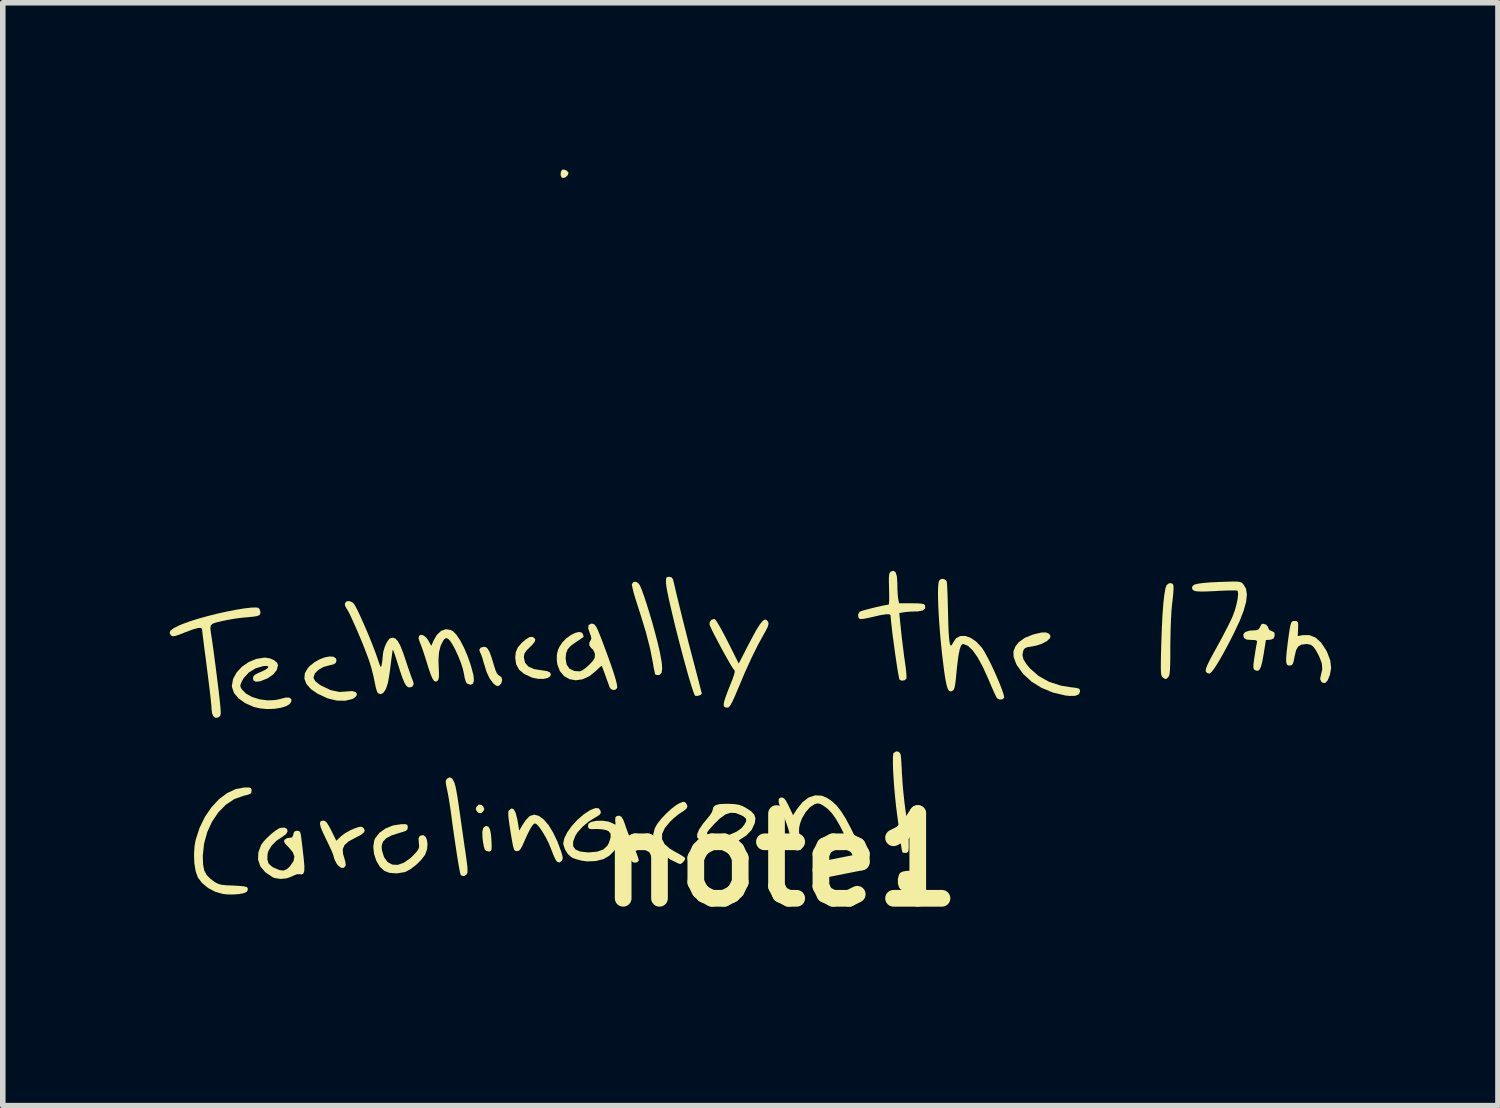
<source format=kicad_pcb>
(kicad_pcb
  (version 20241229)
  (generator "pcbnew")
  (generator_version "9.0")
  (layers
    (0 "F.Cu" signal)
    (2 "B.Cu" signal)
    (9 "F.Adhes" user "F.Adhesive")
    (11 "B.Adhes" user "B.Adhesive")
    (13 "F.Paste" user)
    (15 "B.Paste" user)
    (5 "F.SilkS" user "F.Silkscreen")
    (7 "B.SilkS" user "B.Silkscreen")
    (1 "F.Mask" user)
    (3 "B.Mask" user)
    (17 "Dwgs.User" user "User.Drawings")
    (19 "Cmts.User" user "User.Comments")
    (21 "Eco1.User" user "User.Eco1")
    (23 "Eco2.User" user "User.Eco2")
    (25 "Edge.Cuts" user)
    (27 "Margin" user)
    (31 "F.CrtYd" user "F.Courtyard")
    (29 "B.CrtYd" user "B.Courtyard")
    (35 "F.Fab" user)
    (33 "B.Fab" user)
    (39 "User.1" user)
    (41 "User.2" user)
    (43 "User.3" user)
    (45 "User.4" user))
  (footprint "note1"
    (layer "F.Cu")
    (at 10.987 12.415)
    (property "Reference" "note1" (at 0 0 0) (layer "F.SilkS") (effects (font (size 1.524 1.524) (thickness 0.3))))
    (attr board_only exclude_from_pos_files exclude_from_bom)
    (fp_poly (pts (xy -5.379 -0.991) (xy -5.347 -0.963) (xy -5.328 -0.915) (xy -5.34 -0.885) (xy -5.383 -0.841) (xy -5.429 -0.846) (xy -5.456 -0.868) (xy -5.482 -0.912) (xy -5.47 -0.954) (xy -5.429 -0.996)) (stroke (width 0) (type solid)) (fill yes) (layer "F.SilkS"))
    (fp_poly (pts (xy -3.877 -12.412) (xy -3.843 -12.394) (xy -3.813 -12.36) (xy -3.824 -12.319) (xy -3.825 -12.317) (xy -3.867 -12.275) (xy -3.915 -12.264) (xy -3.939 -12.276) (xy -3.956 -12.318) (xy -3.952 -12.372) (xy -3.93 -12.411) (xy -3.922 -12.415)) (stroke (width 0) (type solid)) (fill yes) (layer "F.SilkS"))
    (fp_poly (pts (xy -5.25 -0.595) (xy -5.224 -0.544) (xy -5.207 -0.454) (xy -5.199 -0.342) (xy -5.195 -0.248) (xy -5.197 -0.193) (xy -5.208 -0.165) (xy -5.229 -0.154) (xy -5.243 -0.151) (xy -5.298 -0.164) (xy -5.319 -0.188) (xy -5.334 -0.235) (xy -5.349 -0.312) (xy -5.359 -0.387) (xy -5.364 -0.5) (xy -5.349 -0.572) (xy -5.313 -0.606) (xy -5.285 -0.611)) (stroke (width 0) (type solid)) (fill yes) (layer "F.SilkS"))
    (fp_poly (pts (xy 2.443 0.203) (xy 2.507 0.221) (xy 2.526 0.234) (xy 2.557 0.274) (xy 2.56 0.315) (xy 2.535 0.376) (xy 2.528 0.39) (xy 2.467 0.473) (xy 2.388 0.532) (xy 2.302 0.562) (xy 2.221 0.561) (xy 2.154 0.525) (xy 2.135 0.502) (xy 2.11 0.427) (xy 2.11 0.336) (xy 2.134 0.255) (xy 2.15 0.232) (xy 2.194 0.209) (xy 2.269 0.196) (xy 2.358 0.194)) (stroke (width 0) (type solid)) (fill yes) (layer "F.SilkS"))
    (fp_poly (pts (xy -5.3 -3.827) (xy -5.268 -3.801) (xy -5.238 -3.75) (xy -5.205 -3.666) (xy -5.167 -3.543) (xy -5.155 -3.502) (xy -5.123 -3.402) (xy -5.093 -3.343) (xy -5.062 -3.316) (xy -5.056 -3.315) (xy -5.018 -3.285) (xy -5.007 -3.234) (xy -5.021 -3.179) (xy -5.055 -3.138) (xy -5.093 -3.126) (xy -5.128 -3.143) (xy -5.171 -3.181) (xy -5.234 -3.268) (xy -5.287 -3.381) (xy -5.333 -3.53) (xy -5.337 -3.542) (xy -5.361 -3.628) (xy -5.385 -3.696) (xy -5.402 -3.73) (xy -5.418 -3.778) (xy -5.394 -3.817) (xy -5.34 -3.834) (xy -5.337 -3.834)) (stroke (width 0) (type solid)) (fill yes) (layer "F.SilkS"))
    (fp_poly (pts (xy -4.414 -3.973) (xy -4.41 -3.965) (xy -4.42 -3.926) (xy -4.467 -3.867) (xy -4.506 -3.829) (xy -4.57 -3.766) (xy -4.604 -3.715) (xy -4.615 -3.662) (xy -4.616 -3.639) (xy -4.595 -3.546) (xy -4.533 -3.477) (xy -4.429 -3.432) (xy -4.301 -3.412) (xy -4.198 -3.396) (xy -4.142 -3.369) (xy -4.131 -3.329) (xy -4.143 -3.303) (xy -4.188 -3.272) (xy -4.264 -3.256) (xy -4.357 -3.257) (xy -4.452 -3.275) (xy -4.475 -3.282) (xy -4.611 -3.346) (xy -4.703 -3.423) (xy -4.755 -3.519) (xy -4.772 -3.64) (xy -4.772 -3.642) (xy -4.761 -3.739) (xy -4.725 -3.822) (xy -4.655 -3.904) (xy -4.588 -3.962) (xy -4.512 -4.009) (xy -4.453 -4.012)) (stroke (width 0) (type solid)) (fill yes) (layer "F.SilkS"))
    (fp_poly (pts (xy -2.551 -4.969) (xy -2.531 -4.94) (xy -2.497 -4.861) (xy -2.455 -4.745) (xy -2.407 -4.6) (xy -2.356 -4.435) (xy -2.304 -4.26) (xy -2.256 -4.084) (xy -2.212 -3.916) (xy -2.177 -3.766) (xy -2.162 -3.694) (xy -2.136 -3.546) (xy -2.129 -3.439) (xy -2.139 -3.37) (xy -2.168 -3.333) (xy -2.19 -3.326) (xy -2.236 -3.328) (xy -2.254 -3.338) (xy -2.263 -3.371) (xy -2.277 -3.438) (xy -2.293 -3.526) (xy -2.295 -3.541) (xy -2.347 -3.806) (xy -2.424 -4.104) (xy -2.526 -4.438) (xy -2.564 -4.554) (xy -2.605 -4.682) (xy -2.639 -4.796) (xy -2.662 -4.888) (xy -2.673 -4.947) (xy -2.673 -4.963) (xy -2.642 -5.001) (xy -2.597 -5.002)) (stroke (width 0) (type solid)) (fill yes) (layer "F.SilkS"))
    (fp_poly (pts (xy -5.906 -1.464) (xy -5.868 -1.397) (xy -5.844 -1.316) (xy -5.83 -1.243) (xy -5.811 -1.135) (xy -5.791 -1.005) (xy -5.771 -0.866) (xy -5.766 -0.83) (xy -5.742 -0.662) (xy -5.715 -0.471) (xy -5.688 -0.281) (xy -5.665 -0.127) (xy -5.645 0.018) (xy -5.632 0.121) (xy -5.629 0.191) (xy -5.632 0.235) (xy -5.643 0.257) (xy -5.69 0.29) (xy -5.736 0.283) (xy -5.754 0.265) (xy -5.763 0.232) (xy -5.778 0.155) (xy -5.798 0.042) (xy -5.821 -0.101) (xy -5.846 -0.268) (xy -5.873 -0.453) (xy -5.901 -0.651) (xy -5.923 -0.818) (xy -5.942 -0.951) (xy -5.963 -1.085) (xy -5.984 -1.201) (xy -5.998 -1.268) (xy -6.016 -1.355) (xy -6.022 -1.408) (xy -6.014 -1.44) (xy -5.996 -1.463) (xy -5.949 -1.487)) (stroke (width 0) (type solid)) (fill yes) (layer "F.SilkS"))
    (fp_poly (pts (xy -8.037 -3.654) (xy -7.995 -3.624) (xy -7.986 -3.589) (xy -7.997 -3.546) (xy -8.036 -3.519) (xy -8.113 -3.5) (xy -8.116 -3.5) (xy -8.224 -3.469) (xy -8.313 -3.418) (xy -8.374 -3.355) (xy -8.398 -3.286) (xy -8.397 -3.269) (xy -8.369 -3.217) (xy -8.295 -3.157) (xy -8.259 -3.134) (xy -8.09 -3.054) (xy -7.93 -3.021) (xy -7.794 -3.031) (xy -7.707 -3.038) (xy -7.647 -3.022) (xy -7.619 -2.99) (xy -7.627 -2.949) (xy -7.676 -2.907) (xy -7.705 -2.893) (xy -7.832 -2.863) (xy -7.98 -2.866) (xy -8.134 -2.903) (xy -8.157 -2.911) (xy -8.321 -2.987) (xy -8.445 -3.072) (xy -8.526 -3.164) (xy -8.563 -3.259) (xy -8.555 -3.357) (xy -8.5 -3.453) (xy -8.468 -3.487) (xy -8.382 -3.556) (xy -8.286 -3.61) (xy -8.191 -3.645) (xy -8.105 -3.66)) (stroke (width 0) (type solid)) (fill yes) (layer "F.SilkS"))
    (fp_poly (pts (xy -1.72 -1.041) (xy -1.696 -1.016) (xy -1.674 -0.967) (xy -1.691 -0.924) (xy -1.748 -0.878) (xy -1.778 -0.86) (xy -1.844 -0.815) (xy -1.923 -0.749) (xy -1.985 -0.69) (xy -2.081 -0.574) (xy -2.13 -0.469) (xy -2.131 -0.372) (xy -2.084 -0.284) (xy -1.989 -0.201) (xy -1.895 -0.146) (xy -1.813 -0.101) (xy -1.75 -0.062) (xy -1.718 -0.036) (xy -1.716 -0.032) (xy -1.725 0.003) (xy -1.758 0.045) (xy -1.796 0.071) (xy -1.807 0.073) (xy -1.837 0.063) (xy -1.898 0.034) (xy -1.976 -0.005) (xy -1.981 -0.008) (xy -2.129 -0.105) (xy -2.23 -0.213) (xy -2.283 -0.333) (xy -2.289 -0.464) (xy -2.261 -0.572) (xy -2.218 -0.648) (xy -2.146 -0.74) (xy -2.056 -0.835) (xy -1.96 -0.923) (xy -1.869 -0.992) (xy -1.809 -1.025) (xy -1.752 -1.045)) (stroke (width 0) (type solid)) (fill yes) (layer "F.SilkS"))
    (fp_poly (pts (xy 7.042 -4.971) (xy 7.058 -4.956) (xy 7.066 -4.924) (xy 7.067 -4.868) (xy 7.061 -4.782) (xy 7.048 -4.659) (xy 7.038 -4.572) (xy 7.029 -4.466) (xy 7.021 -4.324) (xy 7.015 -4.159) (xy 7.011 -3.985) (xy 7.009 -3.823) (xy 7.009 -3.65) (xy 7.007 -3.52) (xy 7.003 -3.426) (xy 6.998 -3.361) (xy 6.989 -3.319) (xy 6.977 -3.294) (xy 6.971 -3.287) (xy 6.938 -3.256) (xy 6.915 -3.254) (xy 6.877 -3.281) (xy 6.876 -3.281) (xy 6.862 -3.294) (xy 6.851 -3.314) (xy 6.844 -3.345) (xy 6.84 -3.396) (xy 6.838 -3.47) (xy 6.839 -3.576) (xy 6.842 -3.718) (xy 6.847 -3.903) (xy 6.857 -4.181) (xy 6.869 -4.421) (xy 6.884 -4.619) (xy 6.902 -4.773) (xy 6.921 -4.882) (xy 6.941 -4.941) (xy 6.983 -4.975) (xy 7.017 -4.978)) (stroke (width 0) (type solid)) (fill yes) (layer "F.SilkS"))
    (fp_poly (pts (xy -1.961 -5.084) (xy -1.937 -5.052) (xy -1.921 -4.995) (xy -1.894 -4.878) (xy -1.857 -4.722) (xy -1.812 -4.537) (xy -1.761 -4.331) (xy -1.706 -4.113) (xy -1.65 -3.89) (xy -1.593 -3.673) (xy -1.563 -3.559) (xy -1.522 -3.402) (xy -1.485 -3.261) (xy -1.455 -3.143) (xy -1.432 -3.055) (xy -1.419 -3.003) (xy -1.417 -2.992) (xy -1.437 -2.969) (xy -1.482 -2.952) (xy -1.526 -2.95) (xy -1.537 -2.954) (xy -1.553 -2.984) (xy -1.579 -3.055) (xy -1.613 -3.162) (xy -1.654 -3.298) (xy -1.698 -3.457) (xy -1.747 -3.633) (xy -1.796 -3.82) (xy -1.846 -4.012) (xy -1.894 -4.202) (xy -1.938 -4.385) (xy -1.978 -4.555) (xy -2.012 -4.705) (xy -2.038 -4.83) (xy -2.054 -4.923) (xy -2.059 -4.969) (xy -2.06 -5.042) (xy -2.052 -5.078) (xy -2.029 -5.091) (xy -2.003 -5.092)) (stroke (width 0) (type solid)) (fill yes) (layer "F.SilkS"))
    (fp_poly (pts (xy 4.827 -4.07) (xy 4.854 -4.031) (xy 4.846 -3.99) (xy 4.792 -3.938) (xy 4.704 -3.89) (xy 4.595 -3.854) (xy 4.512 -3.838) (xy 4.434 -3.825) (xy 4.391 -3.805) (xy 4.367 -3.77) (xy 4.363 -3.758) (xy 4.35 -3.684) (xy 4.368 -3.608) (xy 4.422 -3.521) (xy 4.485 -3.445) (xy 4.64 -3.309) (xy 4.828 -3.204) (xy 5.045 -3.134) (xy 5.221 -3.106) (xy 5.308 -3.096) (xy 5.358 -3.084) (xy 5.38 -3.067) (xy 5.385 -3.037) (xy 5.385 -3.029) (xy 5.364 -2.979) (xy 5.3 -2.952) (xy 5.195 -2.95) (xy 5.123 -2.958) (xy 4.9 -3.01) (xy 4.694 -3.095) (xy 4.512 -3.208) (xy 4.363 -3.345) (xy 4.251 -3.5) (xy 4.236 -3.53) (xy 4.191 -3.651) (xy 4.188 -3.754) (xy 4.227 -3.847) (xy 4.287 -3.919) (xy 4.393 -3.995) (xy 4.542 -4.055) (xy 4.697 -4.091) (xy 4.771 -4.092)) (stroke (width 0) (type solid)) (fill yes) (layer "F.SilkS"))
    (fp_poly (pts (xy 2.128 -1.945) (xy 2.158 -1.903) (xy 2.159 -1.899) (xy 2.165 -1.854) (xy 2.171 -1.772) (xy 2.178 -1.664) (xy 2.183 -1.542) (xy 2.184 -1.539) (xy 2.193 -1.392) (xy 2.208 -1.22) (xy 2.227 -1.042) (xy 2.248 -0.88) (xy 2.249 -0.879) (xy 2.268 -0.733) (xy 2.285 -0.584) (xy 2.297 -0.449) (xy 2.304 -0.344) (xy 2.304 -0.33) (xy 2.305 -0.232) (xy 2.302 -0.173) (xy 2.291 -0.143) (xy 2.272 -0.13) (xy 2.255 -0.127) (xy 2.208 -0.129) (xy 2.191 -0.139) (xy 2.182 -0.172) (xy 2.171 -0.238) (xy 2.162 -0.305) (xy 2.153 -0.384) (xy 2.138 -0.498) (xy 2.121 -0.632) (xy 2.102 -0.773) (xy 2.097 -0.806) (xy 2.076 -0.975) (xy 2.058 -1.15) (xy 2.042 -1.324) (xy 2.031 -1.489) (xy 2.023 -1.637) (xy 2.02 -1.762) (xy 2.021 -1.856) (xy 2.028 -1.913) (xy 2.032 -1.923) (xy 2.08 -1.953)) (stroke (width 0) (type solid)) (fill yes) (layer "F.SilkS"))
    (fp_poly (pts (xy -8.189 -0.698) (xy -8.155 -0.664) (xy -8.114 -0.596) (xy -8.078 -0.527) (xy -7.989 -0.346) (xy -7.902 -0.428) (xy -7.829 -0.483) (xy -7.734 -0.536) (xy -7.677 -0.561) (xy -7.598 -0.589) (xy -7.55 -0.598) (xy -7.52 -0.591) (xy -7.503 -0.577) (xy -7.478 -0.537) (xy -7.49 -0.498) (xy -7.542 -0.454) (xy -7.638 -0.403) (xy -7.653 -0.396) (xy -7.769 -0.333) (xy -7.841 -0.268) (xy -7.873 -0.196) (xy -7.868 -0.109) (xy -7.85 -0.05) (xy -7.828 0.026) (xy -7.82 0.087) (xy -7.823 0.107) (xy -7.856 0.143) (xy -7.904 0.14) (xy -7.956 0.102) (xy -7.984 0.064) (xy -8.017 0.001) (xy -8.035 -0.051) (xy -8.035 -0.058) (xy -8.046 -0.095) (xy -8.074 -0.165) (xy -8.117 -0.258) (xy -8.169 -0.365) (xy -8.169 -0.366) (xy -8.232 -0.497) (xy -8.27 -0.592) (xy -8.284 -0.655) (xy -8.274 -0.692) (xy -8.241 -0.707) (xy -8.221 -0.708)) (stroke (width 0) (type solid)) (fill yes) (layer "F.SilkS"))
    (fp_poly (pts (xy 8.729 -4.234) (xy 8.765 -4.195) (xy 8.768 -4.176) (xy 8.79 -4.136) (xy 8.83 -4.117) (xy 8.876 -4.096) (xy 8.887 -4.052) (xy 8.885 -4.035) (xy 8.87 -3.986) (xy 8.829 -3.965) (xy 8.803 -3.961) (xy 8.728 -3.954) (xy 8.689 -3.71) (xy 8.664 -3.571) (xy 8.639 -3.476) (xy 8.612 -3.421) (xy 8.58 -3.4) (xy 8.54 -3.409) (xy 8.525 -3.418) (xy 8.509 -3.435) (xy 8.502 -3.468) (xy 8.505 -3.526) (xy 8.517 -3.62) (xy 8.521 -3.643) (xy 8.537 -3.745) (xy 8.551 -3.833) (xy 8.563 -3.892) (xy 8.565 -3.902) (xy 8.568 -3.935) (xy 8.551 -3.951) (xy 8.501 -3.956) (xy 8.466 -3.957) (xy 8.388 -3.962) (xy 8.345 -3.983) (xy 8.329 -4.004) (xy 8.321 -4.058) (xy 8.355 -4.099) (xy 8.427 -4.123) (xy 8.489 -4.128) (xy 8.56 -4.132) (xy 8.598 -4.149) (xy 8.62 -4.186) (xy 8.621 -4.189) (xy 8.646 -4.234) (xy 8.668 -4.25)) (stroke (width 0) (type solid)) (fill yes) (layer "F.SilkS"))
    (fp_poly (pts (xy -6.717 -0.635) (xy -6.705 -0.61) (xy -6.704 -0.587) (xy -6.71 -0.552) (xy -6.733 -0.527) (xy -6.786 -0.506) (xy -6.851 -0.488) (xy -6.994 -0.442) (xy -7.092 -0.39) (xy -7.151 -0.327) (xy -7.174 -0.25) (xy -7.169 -0.176) (xy -7.13 -0.049) (xy -7.067 0.037) (xy -6.984 0.083) (xy -6.885 0.088) (xy -6.775 0.05) (xy -6.659 -0.031) (xy -6.61 -0.078) (xy -6.547 -0.145) (xy -6.513 -0.192) (xy -6.5 -0.234) (xy -6.502 -0.285) (xy -6.505 -0.308) (xy -6.511 -0.378) (xy -6.5 -0.417) (xy -6.473 -0.439) (xy -6.423 -0.447) (xy -6.383 -0.416) (xy -6.358 -0.358) (xy -6.349 -0.281) (xy -6.357 -0.195) (xy -6.385 -0.111) (xy -6.4 -0.083) (xy -6.467 0.003) (xy -6.555 0.089) (xy -6.65 0.162) (xy -6.738 0.211) (xy -6.762 0.219) (xy -6.906 0.242) (xy -7.036 0.231) (xy -7.127 0.195) (xy -7.208 0.12) (xy -7.271 0.012) (xy -7.311 -0.112) (xy -7.324 -0.239) (xy -7.306 -0.354) (xy -7.29 -0.391) (xy -7.214 -0.488) (xy -7.103 -0.567) (xy -6.968 -0.621) (xy -6.823 -0.643) (xy -6.752 -0.644)) (stroke (width 0) (type solid)) (fill yes) (layer "F.SilkS"))
    (fp_poly (pts (xy -4.799 -0.913) (xy -4.765 -0.851) (xy -4.736 -0.74) (xy -4.73 -0.707) (xy -4.7 -0.527) (xy -4.635 -0.638) (xy -4.585 -0.712) (xy -4.531 -0.771) (xy -4.507 -0.791) (xy -4.431 -0.815) (xy -4.348 -0.794) (xy -4.262 -0.731) (xy -4.175 -0.631) (xy -4.091 -0.495) (xy -4.011 -0.328) (xy -3.946 -0.152) (xy -3.922 -0.071) (xy -3.918 -0.02) (xy -3.932 0.012) (xy -3.933 0.013) (xy -3.97 0.045) (xy -4.008 0.038) (xy -4.022 0.03) (xy -4.043 -0.000218) (xy -4.074 -0.065) (xy -4.11 -0.153) (xy -4.129 -0.203) (xy -4.172 -0.308) (xy -4.226 -0.413) (xy -4.284 -0.511) (xy -4.339 -0.591) (xy -4.387 -0.643) (xy -4.418 -0.659) (xy -4.451 -0.637) (xy -4.495 -0.571) (xy -4.549 -0.467) (xy -4.605 -0.342) (xy -4.646 -0.249) (xy -4.678 -0.194) (xy -4.706 -0.166) (xy -4.738 -0.159) (xy -4.741 -0.159) (xy -4.764 -0.161) (xy -4.782 -0.172) (xy -4.797 -0.2) (xy -4.811 -0.252) (xy -4.827 -0.335) (xy -4.848 -0.457) (xy -4.856 -0.508) (xy -4.879 -0.653) (xy -4.892 -0.756) (xy -4.897 -0.827) (xy -4.894 -0.87) (xy -4.884 -0.893) (xy -4.838 -0.927)) (stroke (width 0) (type solid)) (fill yes) (layer "F.SilkS"))
    (fp_poly (pts (xy 9.282 -4.295) (xy 9.302 -4.277) (xy 9.309 -4.235) (xy 9.307 -4.156) (xy 9.306 -4.132) (xy 9.301 -4.027) (xy 9.387 -4.043) (xy 9.509 -4.044) (xy 9.62 -4) (xy 9.72 -3.91) (xy 9.811 -3.772) (xy 9.828 -3.739) (xy 9.885 -3.591) (xy 9.901 -3.453) (xy 9.879 -3.329) (xy 9.841 -3.234) (xy 9.799 -3.185) (xy 9.754 -3.183) (xy 9.721 -3.211) (xy 9.703 -3.253) (xy 9.714 -3.313) (xy 9.718 -3.325) (xy 9.742 -3.433) (xy 9.733 -3.538) (xy 9.688 -3.656) (xy 9.681 -3.67) (xy 9.627 -3.772) (xy 9.581 -3.835) (xy 9.535 -3.869) (xy 9.48 -3.882) (xy 9.453 -3.883) (xy 9.367 -3.873) (xy 9.308 -3.838) (xy 9.27 -3.77) (xy 9.245 -3.662) (xy 9.244 -3.659) (xy 9.228 -3.574) (xy 9.211 -3.525) (xy 9.188 -3.503) (xy 9.165 -3.497) (xy 9.129 -3.498) (xy 9.105 -3.517) (xy 9.093 -3.559) (xy 9.092 -3.632) (xy 9.101 -3.74) (xy 9.119 -3.891) (xy 9.119 -3.893) (xy 9.139 -4.042) (xy 9.155 -4.149) (xy 9.169 -4.221) (xy 9.182 -4.265) (xy 9.198 -4.288) (xy 9.218 -4.297) (xy 9.244 -4.298) (xy 9.246 -4.298)) (stroke (width 0) (type solid)) (fill yes) (layer "F.SilkS"))
    (fp_poly (pts (xy -9.564 -1.304) (xy -9.527 -1.295) (xy -9.514 -1.272) (xy -9.513 -1.246) (xy -9.518 -1.211) (xy -9.54 -1.188) (xy -9.59 -1.17) (xy -9.661 -1.153) (xy -9.825 -1.094) (xy -9.977 -0.992) (xy -10.111 -0.856) (xy -10.223 -0.69) (xy -10.31 -0.501) (xy -10.367 -0.295) (xy -10.39 -0.079) (xy -10.39 -0.049) (xy -10.384 0.087) (xy -10.364 0.188) (xy -10.323 0.267) (xy -10.256 0.336) (xy -10.201 0.378) (xy -10.151 0.412) (xy -10.104 0.433) (xy -10.048 0.447) (xy -9.969 0.455) (xy -9.854 0.46) (xy -9.847 0.46) (xy -9.725 0.467) (xy -9.645 0.475) (xy -9.6 0.488) (xy -9.581 0.505) (xy -9.585 0.55) (xy -9.601 0.573) (xy -9.651 0.597) (xy -9.736 0.613) (xy -9.842 0.621) (xy -9.955 0.619) (xy -10.033 0.61) (xy -10.166 0.572) (xy -10.295 0.504) (xy -10.404 0.414) (xy -10.479 0.314) (xy -10.48 0.312) (xy -10.519 0.201) (xy -10.542 0.059) (xy -10.548 -0.098) (xy -10.538 -0.255) (xy -10.517 -0.366) (xy -10.447 -0.581) (xy -10.351 -0.777) (xy -10.232 -0.95) (xy -10.098 -1.094) (xy -9.95 -1.204) (xy -9.796 -1.276) (xy -9.639 -1.304) (xy -9.637 -1.304)) (stroke (width 0) (type solid)) (fill yes) (layer "F.SilkS"))
    (fp_poly (pts (xy -5.932 -4.136) (xy -5.892 -4.114) (xy -5.828 -4.05) (xy -5.76 -3.947) (xy -5.691 -3.814) (xy -5.626 -3.661) (xy -5.569 -3.497) (xy -5.525 -3.331) (xy -5.523 -3.322) (xy -5.514 -3.23) (xy -5.531 -3.171) (xy -5.573 -3.15) (xy -5.634 -3.17) (xy -5.639 -3.173) (xy -5.661 -3.208) (xy -5.681 -3.276) (xy -5.694 -3.35) (xy -5.714 -3.439) (xy -5.749 -3.547) (xy -5.795 -3.662) (xy -5.846 -3.775) (xy -5.899 -3.873) (xy -5.946 -3.945) (xy -5.982 -3.98) (xy -6.022 -3.989) (xy -6.056 -3.96) (xy -6.063 -3.95) (xy -6.113 -3.851) (xy -6.142 -3.736) (xy -6.152 -3.595) (xy -6.148 -3.477) (xy -6.143 -3.364) (xy -6.144 -3.291) (xy -6.153 -3.246) (xy -6.17 -3.221) (xy -6.17 -3.221) (xy -6.2 -3.206) (xy -6.229 -3.218) (xy -6.259 -3.261) (xy -6.293 -3.339) (xy -6.333 -3.458) (xy -6.362 -3.551) (xy -6.399 -3.669) (xy -6.435 -3.777) (xy -6.465 -3.861) (xy -6.485 -3.909) (xy -6.51 -3.983) (xy -6.501 -4.03) (xy -6.468 -4.05) (xy -6.42 -4.038) (xy -6.367 -3.994) (xy -6.334 -3.946) (xy -6.281 -3.851) (xy -6.243 -3.94) (xy -6.181 -4.049) (xy -6.104 -4.12) (xy -6.019 -4.15)) (stroke (width 0) (type solid)) (fill yes) (layer "F.SilkS"))
    (fp_poly (pts (xy -1.182 -4.331) (xy -1.16 -4.305) (xy -1.12 -4.243) (xy -1.068 -4.151) (xy -1.007 -4.038) (xy -0.949 -3.925) (xy -0.752 -3.532) (xy -0.59 -3.848) (xy -0.499 -4.02) (xy -0.427 -4.151) (xy -0.368 -4.242) (xy -0.322 -4.299) (xy -0.284 -4.323) (xy -0.254 -4.318) (xy -0.227 -4.288) (xy -0.222 -4.279) (xy -0.216 -4.245) (xy -0.23 -4.194) (xy -0.268 -4.118) (xy -0.298 -4.065) (xy -0.406 -3.869) (xy -0.522 -3.634) (xy -0.642 -3.371) (xy -0.761 -3.088) (xy -0.766 -3.077) (xy -0.825 -2.937) (xy -0.871 -2.838) (xy -0.906 -2.776) (xy -0.934 -2.745) (xy -0.945 -2.74) (xy -0.992 -2.743) (xy -1.008 -2.751) (xy -1.022 -2.774) (xy -1.022 -2.811) (xy -1.009 -2.869) (xy -0.98 -2.955) (xy -0.934 -3.076) (xy -0.914 -3.125) (xy -0.867 -3.244) (xy -0.838 -3.326) (xy -0.825 -3.378) (xy -0.826 -3.408) (xy -0.839 -3.423) (xy -0.839 -3.423) (xy -0.859 -3.449) (xy -0.897 -3.51) (xy -0.947 -3.598) (xy -1.007 -3.703) (xy -1.07 -3.819) (xy -1.132 -3.936) (xy -1.189 -4.045) (xy -1.236 -4.139) (xy -1.268 -4.209) (xy -1.277 -4.231) (xy -1.274 -4.28) (xy -1.242 -4.32) (xy -1.195 -4.334)) (stroke (width 0) (type solid)) (fill yes) (layer "F.SilkS"))
    (fp_poly (pts (xy 8.206 -5.006) (xy 8.253 -5.001) (xy 8.284 -4.991) (xy 8.306 -4.975) (xy 8.321 -4.96) (xy 8.369 -4.881) (xy 8.386 -4.777) (xy 8.373 -4.645) (xy 8.328 -4.483) (xy 8.252 -4.289) (xy 8.159 -4.091) (xy 8.056 -3.889) (xy 7.963 -3.715) (xy 7.88 -3.57) (xy 7.81 -3.459) (xy 7.755 -3.385) (xy 7.717 -3.352) (xy 7.713 -3.351) (xy 7.67 -3.363) (xy 7.649 -3.387) (xy 7.645 -3.412) (xy 7.655 -3.454) (xy 7.681 -3.518) (xy 7.726 -3.609) (xy 7.793 -3.733) (xy 7.842 -3.822) (xy 7.919 -3.962) (xy 7.992 -4.101) (xy 8.057 -4.228) (xy 8.108 -4.332) (xy 8.132 -4.387) (xy 8.17 -4.491) (xy 8.2 -4.599) (xy 8.22 -4.699) (xy 8.228 -4.781) (xy 8.222 -4.832) (xy 8.214 -4.843) (xy 8.183 -4.846) (xy 8.113 -4.847) (xy 8.011 -4.845) (xy 7.889 -4.84) (xy 7.827 -4.836) (xy 7.671 -4.829) (xy 7.558 -4.827) (xy 7.481 -4.831) (xy 7.433 -4.843) (xy 7.408 -4.864) (xy 7.4 -4.893) (xy 7.4 -4.899) (xy 7.41 -4.928) (xy 7.442 -4.951) (xy 7.503 -4.968) (xy 7.598 -4.981) (xy 7.731 -4.992) (xy 7.884 -4.999) (xy 8.029 -5.004) (xy 8.134 -5.007)) (stroke (width 0) (type solid)) (fill yes) (layer "F.SilkS"))
    (fp_poly (pts (xy -0.943 -1.01) (xy -0.832 -1.005) (xy -0.752 -0.993) (xy -0.683 -0.969) (xy -0.628 -0.94) (xy -0.529 -0.876) (xy -0.472 -0.815) (xy -0.452 -0.747) (xy -0.463 -0.664) (xy -0.464 -0.66) (xy -0.52 -0.541) (xy -0.618 -0.438) (xy -0.751 -0.353) (xy -0.913 -0.291) (xy -1.087 -0.258) (xy -1.178 -0.251) (xy -1.246 -0.259) (xy -1.316 -0.286) (xy -1.36 -0.308) (xy -1.432 -0.349) (xy -1.483 -0.388) (xy -1.501 -0.408) (xy -1.499 -0.467) (xy -1.495 -0.477) (xy -1.323 -0.477) (xy -1.31 -0.46) (xy -1.289 -0.448) (xy -1.208 -0.424) (xy -1.1 -0.42) (xy -0.982 -0.437) (xy -0.903 -0.46) (xy -0.789 -0.51) (xy -0.708 -0.568) (xy -0.652 -0.634) (xy -0.618 -0.697) (xy -0.621 -0.742) (xy -0.665 -0.782) (xy -0.707 -0.805) (xy -0.807 -0.844) (xy -0.899 -0.849) (xy -0.99 -0.819) (xy -1.088 -0.75) (xy -1.199 -0.641) (xy -1.221 -0.616) (xy -1.283 -0.546) (xy -1.316 -0.503) (xy -1.323 -0.477) (xy -1.495 -0.477) (xy -1.464 -0.55) (xy -1.398 -0.648) (xy -1.335 -0.724) (xy -1.277 -0.794) (xy -1.236 -0.857) (xy -1.221 -0.898) (xy -1.209 -0.951) (xy -1.169 -0.985) (xy -1.094 -1.005) (xy -0.979 -1.01)) (stroke (width 0) (type solid)) (fill yes) (layer "F.SilkS"))
    (fp_poly (pts (xy -9.183 -3.626) (xy -9.107 -3.592) (xy -9.053 -3.546) (xy -9.037 -3.502) (xy -9.06 -3.415) (xy -9.126 -3.334) (xy -9.227 -3.265) (xy -9.246 -3.257) (xy -9.358 -3.214) (xy -9.436 -3.205) (xy -9.479 -3.23) (xy -9.488 -3.268) (xy -9.479 -3.305) (xy -9.445 -3.336) (xy -9.376 -3.37) (xy -9.356 -3.378) (xy -9.269 -3.418) (xy -9.22 -3.453) (xy -9.21 -3.478) (xy -9.242 -3.49) (xy -9.302 -3.486) (xy -9.439 -3.447) (xy -9.561 -3.372) (xy -9.654 -3.271) (xy -9.672 -3.24) (xy -9.705 -3.174) (xy -9.716 -3.133) (xy -9.706 -3.098) (xy -9.686 -3.066) (xy -9.611 -2.99) (xy -9.501 -2.93) (xy -9.368 -2.889) (xy -9.226 -2.87) (xy -9.086 -2.876) (xy -9.002 -2.894) (xy -8.897 -2.921) (xy -8.83 -2.919) (xy -8.798 -2.89) (xy -8.797 -2.852) (xy -8.827 -2.804) (xy -8.895 -2.764) (xy -8.992 -2.735) (xy -9.108 -2.718) (xy -9.233 -2.714) (xy -9.356 -2.725) (xy -9.47 -2.751) (xy -9.476 -2.753) (xy -9.63 -2.822) (xy -9.749 -2.907) (xy -9.829 -3.004) (xy -9.865 -3.108) (xy -9.867 -3.137) (xy -9.844 -3.259) (xy -9.78 -3.375) (xy -9.684 -3.477) (xy -9.564 -3.56) (xy -9.427 -3.616) (xy -9.282 -3.639) (xy -9.269 -3.639)) (stroke (width 0) (type solid)) (fill yes) (layer "F.SilkS"))
    (fp_poly (pts (xy -8.876 -0.558) (xy -8.865 -0.516) (xy -8.892 -0.466) (xy -8.957 -0.418) (xy -9.065 -0.346) (xy -9.152 -0.258) (xy -9.209 -0.164) (xy -9.224 -0.115) (xy -9.23 -0.01) (xy -9.206 0.065) (xy -9.145 0.121) (xy -9.102 0.144) (xy -9.007 0.183) (xy -8.935 0.19) (xy -8.875 0.163) (xy -8.819 0.109) (xy -8.758 0.02) (xy -8.743 -0.062) (xy -8.774 -0.143) (xy -8.845 -0.227) (xy -8.903 -0.286) (xy -8.928 -0.326) (xy -8.925 -0.357) (xy -8.921 -0.363) (xy -8.878 -0.392) (xy -8.833 -0.399) (xy -8.786 -0.405) (xy -8.766 -0.442) (xy -8.763 -0.46) (xy -8.747 -0.509) (xy -8.706 -0.525) (xy -8.695 -0.525) (xy -8.66 -0.521) (xy -8.64 -0.501) (xy -8.627 -0.455) (xy -8.617 -0.379) (xy -8.605 -0.283) (xy -8.591 -0.162) (xy -8.577 -0.038) (xy -8.574 -0.014) (xy -8.563 0.113) (xy -8.565 0.198) (xy -8.582 0.246) (xy -8.616 0.261) (xy -8.65 0.255) (xy -8.702 0.258) (xy -8.769 0.286) (xy -8.777 0.291) (xy -8.875 0.329) (xy -8.989 0.341) (xy -9.096 0.325) (xy -9.134 0.31) (xy -9.267 0.22) (xy -9.355 0.115) (xy -9.396 -0.005) (xy -9.391 -0.136) (xy -9.341 -0.271) (xy -9.3 -0.328) (xy -9.234 -0.398) (xy -9.156 -0.47) (xy -9.08 -0.53) (xy -9.016 -0.57) (xy -8.997 -0.577) (xy -8.92 -0.582)) (stroke (width 0) (type solid)) (fill yes) (layer "F.SilkS"))
    (fp_poly (pts (xy 0.741 -1.156) (xy 0.837 -1.116) (xy 0.927 -1.054) (xy 1.009 -0.978) (xy 1.087 -0.878) (xy 1.169 -0.749) (xy 1.259 -0.581) (xy 1.267 -0.565) (xy 1.338 -0.42) (xy 1.384 -0.312) (xy 1.405 -0.236) (xy 1.404 -0.186) (xy 1.379 -0.159) (xy 1.352 -0.151) (xy 1.328 -0.154) (xy 1.303 -0.172) (xy 1.273 -0.214) (xy 1.234 -0.284) (xy 1.18 -0.389) (xy 1.151 -0.449) (xy 1.066 -0.617) (xy 0.991 -0.746) (xy 0.92 -0.844) (xy 0.849 -0.918) (xy 0.772 -0.975) (xy 0.767 -0.979) (xy 0.706 -1.011) (xy 0.659 -1.017) (xy 0.609 -1.001) (xy 0.527 -0.946) (xy 0.449 -0.857) (xy 0.385 -0.748) (xy 0.35 -0.653) (xy 0.333 -0.572) (xy 0.332 -0.502) (xy 0.347 -0.418) (xy 0.356 -0.384) (xy 0.378 -0.281) (xy 0.38 -0.216) (xy 0.359 -0.182) (xy 0.315 -0.171) (xy 0.308 -0.171) (xy 0.279 -0.174) (xy 0.255 -0.189) (xy 0.235 -0.223) (xy 0.213 -0.283) (xy 0.187 -0.377) (xy 0.16 -0.484) (xy 0.132 -0.581) (xy 0.091 -0.7) (xy 0.044 -0.819) (xy 0.034 -0.844) (xy -0.013 -0.963) (xy -0.035 -1.045) (xy -0.033 -1.096) (xy -0.005 -1.12) (xy 0.025 -1.123) (xy 0.059 -1.112) (xy 0.094 -1.071) (xy 0.136 -0.993) (xy 0.15 -0.964) (xy 0.225 -0.805) (xy 0.293 -0.912) (xy 0.394 -1.039) (xy 0.504 -1.123) (xy 0.622 -1.162)) (stroke (width 0) (type solid)) (fill yes) (layer "F.SilkS"))
    (fp_poly (pts (xy -9.391 -4.534) (xy -9.363 -4.501) (xy -9.354 -4.458) (xy -9.357 -4.427) (xy -9.371 -4.404) (xy -9.405 -4.389) (xy -9.467 -4.377) (xy -9.564 -4.367) (xy -9.647 -4.36) (xy -9.762 -4.347) (xy -9.898 -4.325) (xy -10.027 -4.3) (xy -10.044 -4.296) (xy -10.148 -4.271) (xy -10.213 -4.249) (xy -10.246 -4.218) (xy -10.254 -4.168) (xy -10.245 -4.089) (xy -10.234 -4.02) (xy -10.219 -3.919) (xy -10.2 -3.783) (xy -10.179 -3.624) (xy -10.156 -3.452) (xy -10.134 -3.276) (xy -10.113 -3.109) (xy -10.096 -2.959) (xy -10.082 -2.839) (xy -10.075 -2.767) (xy -10.068 -2.675) (xy -10.069 -2.619) (xy -10.08 -2.588) (xy -10.103 -2.569) (xy -10.108 -2.566) (xy -10.157 -2.554) (xy -10.195 -2.578) (xy -10.222 -2.632) (xy -10.233 -2.713) (xy -10.233 -2.721) (xy -10.236 -2.773) (xy -10.245 -2.865) (xy -10.259 -2.991) (xy -10.277 -3.142) (xy -10.298 -3.311) (xy -10.319 -3.475) (xy -10.341 -3.649) (xy -10.362 -3.806) (xy -10.379 -3.942) (xy -10.393 -4.049) (xy -10.401 -4.121) (xy -10.404 -4.151) (xy -10.421 -4.173) (xy -10.473 -4.172) (xy -10.562 -4.148) (xy -10.692 -4.1) (xy -10.715 -4.091) (xy -10.816 -4.051) (xy -10.882 -4.029) (xy -10.923 -4.023) (xy -10.95 -4.03) (xy -10.965 -4.042) (xy -10.987 -4.082) (xy -10.972 -4.123) (xy -10.916 -4.167) (xy -10.817 -4.217) (xy -10.753 -4.244) (xy -10.622 -4.291) (xy -10.469 -4.34) (xy -10.301 -4.386) (xy -10.127 -4.43) (xy -9.953 -4.468) (xy -9.79 -4.5) (xy -9.643 -4.524) (xy -9.521 -4.538) (xy -9.432 -4.541)) (stroke (width 0) (type solid)) (fill yes) (layer "F.SilkS"))
    (fp_poly (pts (xy 2.069 -5.173) (xy 2.092 -5.1) (xy 2.1 -4.982) (xy 2.1 -4.958) (xy 2.102 -4.855) (xy 2.108 -4.761) (xy 2.115 -4.696) (xy 2.116 -4.692) (xy 2.131 -4.616) (xy 2.357 -4.616) (xy 2.467 -4.615) (xy 2.538 -4.609) (xy 2.578 -4.599) (xy 2.597 -4.581) (xy 2.599 -4.576) (xy 2.6 -4.523) (xy 2.557 -4.487) (xy 2.471 -4.47) (xy 2.433 -4.469) (xy 2.34 -4.466) (xy 2.25 -4.459) (xy 2.221 -4.455) (xy 2.135 -4.44) (xy 2.166 -4.131) (xy 2.183 -3.98) (xy 2.203 -3.814) (xy 2.223 -3.656) (xy 2.237 -3.56) (xy 2.252 -3.45) (xy 2.262 -3.355) (xy 2.265 -3.287) (xy 2.263 -3.261) (xy 2.231 -3.232) (xy 2.182 -3.224) (xy 2.142 -3.241) (xy 2.139 -3.245) (xy 2.13 -3.279) (xy 2.116 -3.352) (xy 2.098 -3.457) (xy 2.079 -3.585) (xy 2.058 -3.728) (xy 2.038 -3.876) (xy 2.018 -4.022) (xy 2.002 -4.157) (xy 1.989 -4.272) (xy 1.981 -4.359) (xy 1.978 -4.402) (xy 1.956 -4.418) (xy 1.891 -4.418) (xy 1.787 -4.401) (xy 1.655 -4.37) (xy 1.561 -4.349) (xy 1.482 -4.335) (xy 1.432 -4.332) (xy 1.425 -4.333) (xy 1.398 -4.366) (xy 1.395 -4.416) (xy 1.42 -4.462) (xy 1.423 -4.464) (xy 1.455 -4.477) (xy 1.522 -4.497) (xy 1.611 -4.52) (xy 1.71 -4.545) (xy 1.806 -4.567) (xy 1.886 -4.583) (xy 1.938 -4.591) (xy 1.944 -4.592) (xy 1.95 -4.614) (xy 1.953 -4.676) (xy 1.953 -4.768) (xy 1.951 -4.876) (xy 1.948 -5) (xy 1.948 -5.084) (xy 1.954 -5.138) (xy 1.965 -5.168) (xy 1.982 -5.186) (xy 2.033 -5.201)) (stroke (width 0) (type solid)) (fill yes) (layer "F.SilkS"))
    (fp_poly (pts (xy 2.974 -5.031) (xy 2.99 -5.001) (xy 2.994 -4.96) (xy 2.998 -4.879) (xy 3.003 -4.766) (xy 3.007 -4.628) (xy 3.011 -4.474) (xy 3.012 -4.429) (xy 3.017 -4.228) (xy 3.024 -4.072) (xy 3.033 -3.96) (xy 3.044 -3.889) (xy 3.058 -3.857) (xy 3.076 -3.86) (xy 3.097 -3.896) (xy 3.101 -3.906) (xy 3.155 -3.986) (xy 3.23 -4.027) (xy 3.321 -4.029) (xy 3.419 -3.995) (xy 3.52 -3.925) (xy 3.617 -3.821) (xy 3.626 -3.809) (xy 3.669 -3.741) (xy 3.721 -3.646) (xy 3.779 -3.532) (xy 3.838 -3.407) (xy 3.894 -3.28) (xy 3.945 -3.16) (xy 3.985 -3.055) (xy 4.012 -2.974) (xy 4.022 -2.925) (xy 4.021 -2.918) (xy 3.987 -2.888) (xy 3.937 -2.885) (xy 3.892 -2.91) (xy 3.89 -2.912) (xy 3.873 -2.945) (xy 3.84 -3.014) (xy 3.798 -3.109) (xy 3.75 -3.222) (xy 3.739 -3.248) (xy 3.638 -3.471) (xy 3.543 -3.645) (xy 3.453 -3.772) (xy 3.369 -3.851) (xy 3.29 -3.883) (xy 3.276 -3.883) (xy 3.247 -3.859) (xy 3.221 -3.786) (xy 3.197 -3.665) (xy 3.176 -3.495) (xy 3.166 -3.397) (xy 3.153 -3.259) (xy 3.141 -3.162) (xy 3.128 -3.098) (xy 3.113 -3.061) (xy 3.096 -3.044) (xy 3.061 -3.03) (xy 3.031 -3.04) (xy 3.006 -3.079) (xy 2.984 -3.152) (xy 2.962 -3.263) (xy 2.939 -3.416) (xy 2.933 -3.468) (xy 2.906 -3.686) (xy 2.883 -3.907) (xy 2.864 -4.126) (xy 2.849 -4.334) (xy 2.838 -4.527) (xy 2.832 -4.697) (xy 2.831 -4.839) (xy 2.836 -4.946) (xy 2.846 -5.012) (xy 2.848 -5.017) (xy 2.882 -5.051) (xy 2.931 -5.055)) (stroke (width 0) (type solid)) (fill yes) (layer "F.SilkS"))
    (fp_poly (pts (xy -3.369 -4.246) (xy -3.343 -4.231) (xy -3.317 -4.197) (xy -3.287 -4.137) (xy -3.249 -4.044) (xy -3.205 -3.932) (xy -3.124 -3.715) (xy -3.055 -3.525) (xy -3.001 -3.364) (xy -2.962 -3.237) (xy -2.941 -3.147) (xy -2.937 -3.098) (xy -2.937 -3.095) (xy -2.972 -3.059) (xy -3.02 -3.057) (xy -3.063 -3.086) (xy -3.075 -3.108) (xy -3.093 -3.159) (xy -3.122 -3.238) (xy -3.152 -3.322) (xy -3.181 -3.402) (xy -3.204 -3.462) (xy -3.215 -3.49) (xy -3.215 -3.49) (xy -3.235 -3.479) (xy -3.277 -3.442) (xy -3.318 -3.402) (xy -3.437 -3.305) (xy -3.561 -3.249) (xy -3.682 -3.231) (xy -3.795 -3.251) (xy -3.893 -3.306) (xy -3.968 -3.395) (xy -4.014 -3.515) (xy -4.024 -3.589) (xy -4.023 -3.693) (xy -4.002 -3.779) (xy -3.976 -3.834) (xy -3.923 -3.914) (xy -3.852 -3.986) (xy -3.772 -4.044) (xy -3.694 -4.083) (xy -3.625 -4.1) (xy -3.575 -4.089) (xy -3.556 -4.064) (xy -3.543 -4.026) (xy -3.541 -4.016) (xy -3.56 -3.999) (xy -3.61 -3.964) (xy -3.674 -3.922) (xy -3.769 -3.854) (xy -3.827 -3.791) (xy -3.856 -3.719) (xy -3.865 -3.624) (xy -3.865 -3.623) (xy -3.848 -3.515) (xy -3.795 -3.439) (xy -3.708 -3.398) (xy -3.609 -3.392) (xy -3.562 -3.412) (xy -3.499 -3.458) (xy -3.433 -3.518) (xy -3.376 -3.581) (xy -3.343 -3.633) (xy -3.343 -3.634) (xy -3.338 -3.708) (xy -3.37 -3.779) (xy -3.411 -3.817) (xy -3.44 -3.859) (xy -3.437 -3.915) (xy -3.415 -3.951) (xy -3.402 -3.982) (xy -3.413 -4.034) (xy -3.43 -4.077) (xy -3.459 -4.164) (xy -3.453 -4.222) (xy -3.414 -4.248) (xy -3.399 -4.25)) (stroke (width 0) (type solid)) (fill yes) (layer "F.SilkS"))
    (fp_poly (pts (xy -7.702 -4.634) (xy -7.676 -4.611) (xy -7.649 -4.569) (xy -7.608 -4.491) (xy -7.557 -4.383) (xy -7.5 -4.255) (xy -7.439 -4.115) (xy -7.379 -3.971) (xy -7.324 -3.832) (xy -7.276 -3.705) (xy -7.242 -3.606) (xy -7.213 -3.522) (xy -7.196 -3.478) (xy -7.185 -3.472) (xy -7.176 -3.496) (xy -7.172 -3.518) (xy -7.16 -3.591) (xy -7.156 -3.65) (xy -7.145 -3.74) (xy -7.118 -3.834) (xy -7.08 -3.917) (xy -7.038 -3.974) (xy -7.02 -3.986) (xy -6.97 -3.998) (xy -6.925 -3.981) (xy -6.881 -3.933) (xy -6.836 -3.849) (xy -6.787 -3.725) (xy -6.738 -3.581) (xy -6.699 -3.461) (xy -6.662 -3.355) (xy -6.633 -3.273) (xy -6.614 -3.226) (xy -6.611 -3.221) (xy -6.597 -3.165) (xy -6.619 -3.119) (xy -6.666 -3.102) (xy -6.701 -3.109) (xy -6.732 -3.136) (xy -6.764 -3.188) (xy -6.799 -3.272) (xy -6.841 -3.393) (xy -6.875 -3.501) (xy -6.91 -3.61) (xy -6.939 -3.699) (xy -6.961 -3.759) (xy -6.972 -3.782) (xy -6.973 -3.782) (xy -6.979 -3.755) (xy -6.988 -3.691) (xy -7 -3.6) (xy -7.009 -3.529) (xy -7.024 -3.411) (xy -7.041 -3.297) (xy -7.057 -3.206) (xy -7.064 -3.175) (xy -7.097 -3.075) (xy -7.14 -3.009) (xy -7.187 -2.981) (xy -7.233 -2.995) (xy -7.248 -3.01) (xy -7.264 -3.049) (xy -7.283 -3.12) (xy -7.299 -3.199) (xy -7.322 -3.307) (xy -7.353 -3.432) (xy -7.385 -3.541) (xy -7.419 -3.64) (xy -7.465 -3.761) (xy -7.518 -3.896) (xy -7.576 -4.036) (xy -7.635 -4.173) (xy -7.691 -4.298) (xy -7.739 -4.403) (xy -7.778 -4.479) (xy -7.802 -4.517) (xy -7.831 -4.569) (xy -7.836 -4.608) (xy -7.809 -4.649) (xy -7.759 -4.657)) (stroke (width 0) (type solid)) (fill yes) (layer "F.SilkS"))
    (fp_poly (pts (xy -3.271 -0.929) (xy -3.238 -0.888) (xy -3.238 -0.887) (xy -3.232 -0.847) (xy -3.255 -0.812) (xy -3.313 -0.774) (xy -3.342 -0.759) (xy -3.454 -0.688) (xy -3.561 -0.597) (xy -3.648 -0.501) (xy -3.689 -0.438) (xy -3.73 -0.33) (xy -3.73 -0.248) (xy -3.688 -0.188) (xy -3.604 -0.152) (xy -3.476 -0.137) (xy -3.447 -0.136) (xy -3.299 -0.149) (xy -3.189 -0.188) (xy -3.115 -0.256) (xy -3.088 -0.306) (xy -3.056 -0.405) (xy -3.057 -0.473) (xy -3.094 -0.518) (xy -3.134 -0.536) (xy -3.208 -0.551) (xy -3.301 -0.557) (xy -3.335 -0.556) (xy -3.408 -0.554) (xy -3.445 -0.563) (xy -3.46 -0.587) (xy -3.464 -0.604) (xy -3.456 -0.652) (xy -3.408 -0.684) (xy -3.407 -0.684) (xy -3.315 -0.704) (xy -3.206 -0.706) (xy -3.103 -0.692) (xy -3.044 -0.671) (xy -2.995 -0.646) (xy -2.969 -0.635) (xy -2.969 -0.635) (xy -2.968 -0.656) (xy -2.974 -0.705) (xy -2.971 -0.765) (xy -2.945 -0.79) (xy -2.9 -0.797) (xy -2.863 -0.777) (xy -2.829 -0.723) (xy -2.793 -0.628) (xy -2.786 -0.604) (xy -2.747 -0.495) (xy -2.697 -0.367) (xy -2.644 -0.244) (xy -2.634 -0.221) (xy -2.593 -0.127) (xy -2.564 -0.048) (xy -2.55 0.004) (xy -2.551 0.017) (xy -2.582 0.042) (xy -2.621 0.049) (xy -2.65 0.043) (xy -2.678 0.02) (xy -2.71 -0.027) (xy -2.752 -0.106) (xy -2.792 -0.189) (xy -2.84 -0.288) (xy -2.877 -0.353) (xy -2.899 -0.379) (xy -2.905 -0.371) (xy -2.929 -0.269) (xy -2.99 -0.167) (xy -3.076 -0.079) (xy -3.179 -0.018) (xy -3.187 -0.014) (xy -3.325 0.019) (xy -3.475 0.026) (xy -3.579 0.012) (xy -3.662 -0.01) (xy -3.734 -0.035) (xy -3.756 -0.046) (xy -3.823 -0.104) (xy -3.877 -0.189) (xy -3.906 -0.279) (xy -3.908 -0.302) (xy -3.888 -0.393) (xy -3.834 -0.5) (xy -3.753 -0.613) (xy -3.653 -0.722) (xy -3.542 -0.819) (xy -3.428 -0.894) (xy -3.411 -0.902) (xy -3.327 -0.934)) (stroke (width 0) (type solid)) (fill yes) (layer "F.SilkS")))
  (gr_rect
    (start -3 -3)
    (end 23.888 16.833)
    (stroke (width 0.1) (type default))
    (fill no)
    (layer "Edge.Cuts")))
</source>
